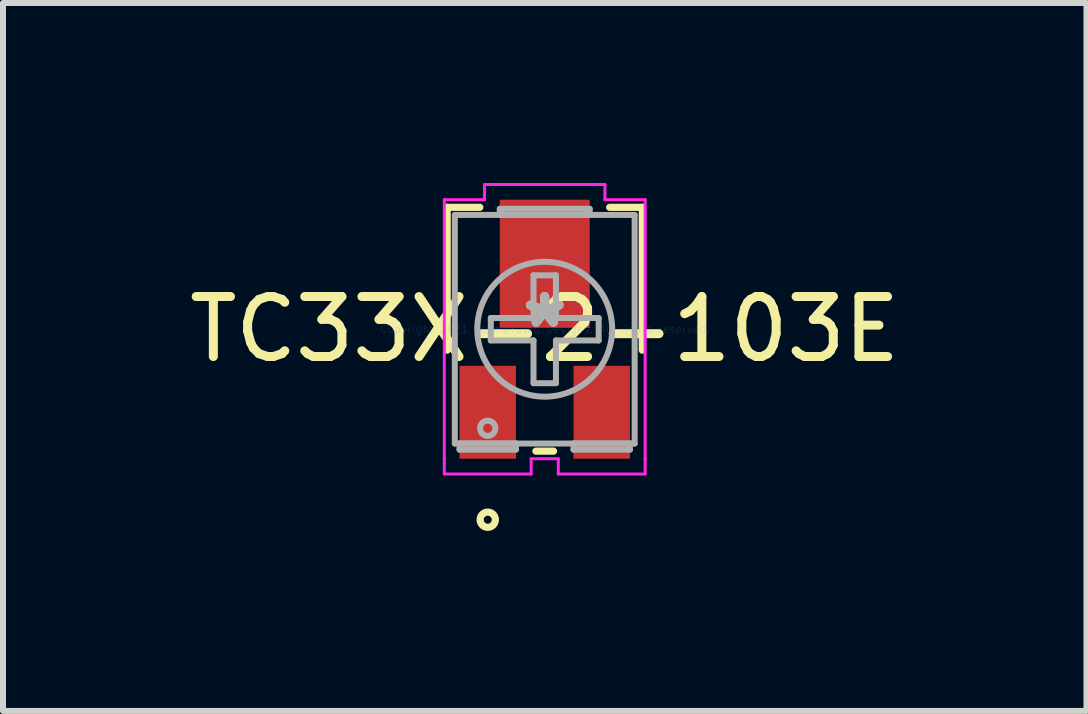
<source format=kicad_pcb>
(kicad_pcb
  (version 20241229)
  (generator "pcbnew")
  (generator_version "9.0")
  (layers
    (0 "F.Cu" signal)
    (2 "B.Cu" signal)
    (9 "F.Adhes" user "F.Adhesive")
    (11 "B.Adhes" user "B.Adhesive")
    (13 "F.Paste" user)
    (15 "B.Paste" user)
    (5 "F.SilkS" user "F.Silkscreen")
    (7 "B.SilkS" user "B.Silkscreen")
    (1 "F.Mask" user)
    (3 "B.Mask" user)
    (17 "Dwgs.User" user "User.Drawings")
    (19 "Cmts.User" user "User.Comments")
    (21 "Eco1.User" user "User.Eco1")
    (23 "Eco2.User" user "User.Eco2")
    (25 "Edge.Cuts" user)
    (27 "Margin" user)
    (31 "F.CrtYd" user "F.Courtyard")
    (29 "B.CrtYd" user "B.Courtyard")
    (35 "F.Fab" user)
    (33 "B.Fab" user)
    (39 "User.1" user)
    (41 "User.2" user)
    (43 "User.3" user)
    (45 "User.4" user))
  (footprint "TC33X-2-103E"
    (layer "F.Cu")
    (at 6.03 2.438)
    (property "Reference" "TC33X-2-103E" (at 0 0 0) (layer "F.SilkS") (effects (font (size 1 1) (thickness 0.15))))
    (attr through_hole)
    (fp_line (start -1.626 -2.032) (end -1.626 0.348) (stroke (width 0.12) (type solid)) (layer "F.SilkS"))
    (fp_line (start -1.082 -2.032) (end -1.626 -2.032) (stroke (width 0.12) (type solid)) (layer "F.SilkS"))
    (fp_line (start -0.147 2.032) (end 0.147 2.032) (stroke (width 0.12) (type solid)) (layer "F.SilkS"))
    (fp_line (start 1.626 -2.032) (end 1.082 -2.032) (stroke (width 0.12) (type solid)) (layer "F.SilkS"))
    (fp_line (start 1.626 -2.032) (end 1.626 0.348) (stroke (width 0.12) (type solid)) (layer "F.SilkS"))
    (fp_circle (center -0.95 3.175) (end -0.823 3.175) (stroke (width 0.12) (type solid)) (fill no) (layer "F.SilkS"))
    (fp_line (start -1.674 -2.159) (end -1.003 -2.159) (stroke (width 0.05) (type solid)) (layer "F.CrtYd"))
    (fp_line (start -1.674 2.159) (end -1.674 -2.159) (stroke (width 0.05) (type solid)) (layer "F.CrtYd"))
    (fp_line (start -1.674 2.159) (end -1.674 2.159) (stroke (width 0.05) (type solid)) (layer "F.CrtYd"))
    (fp_line (start -1.674 2.413) (end -1.674 2.159) (stroke (width 0.05) (type solid)) (layer "F.CrtYd"))
    (fp_line (start -1.003 -2.413) (end 1.003 -2.413) (stroke (width 0.05) (type solid)) (layer "F.CrtYd"))
    (fp_line (start -1.003 -2.159) (end -1.003 -2.413) (stroke (width 0.05) (type solid)) (layer "F.CrtYd"))
    (fp_line (start -0.226 2.159) (end -0.226 2.413) (stroke (width 0.05) (type solid)) (layer "F.CrtYd"))
    (fp_line (start -0.226 2.413) (end -1.674 2.413) (stroke (width 0.05) (type solid)) (layer "F.CrtYd"))
    (fp_line (start 0.226 2.159) (end -0.226 2.159) (stroke (width 0.05) (type solid)) (layer "F.CrtYd"))
    (fp_line (start 0.226 2.413) (end 0.226 2.159) (stroke (width 0.05) (type solid)) (layer "F.CrtYd"))
    (fp_line (start 1.003 -2.413) (end 1.003 -2.159) (stroke (width 0.05) (type solid)) (layer "F.CrtYd"))
    (fp_line (start 1.003 -2.159) (end 1.674 -2.159) (stroke (width 0.05) (type solid)) (layer "F.CrtYd"))
    (fp_line (start 1.674 -2.159) (end 1.674 2.159) (stroke (width 0.05) (type solid)) (layer "F.CrtYd"))
    (fp_line (start 1.674 2.159) (end 1.674 2.159) (stroke (width 0.05) (type solid)) (layer "F.CrtYd"))
    (fp_line (start 1.674 2.159) (end 1.674 2.413) (stroke (width 0.05) (type solid)) (layer "F.CrtYd"))
    (fp_line (start 1.674 2.413) (end 0.226 2.413) (stroke (width 0.05) (type solid)) (layer "F.CrtYd"))
    (fp_line (start -1.499 -1.905) (end -1.499 1.905) (stroke (width 0.1) (type solid)) (layer "F.Fab"))
    (fp_line (start -1.499 1.905) (end 1.499 1.905) (stroke (width 0.1) (type solid)) (layer "F.Fab"))
    (fp_line (start -1.42 1.905) (end -1.42 2.007) (stroke (width 0.1) (type solid)) (layer "F.Fab"))
    (fp_line (start -1.42 2.007) (end -0.48 2.007) (stroke (width 0.1) (type solid)) (layer "F.Fab"))
    (fp_line (start -0.899 -0.187) (end -0.899 0.187) (stroke (width 0.1) (type solid)) (layer "F.Fab"))
    (fp_line (start -0.749 -2.007) (end -0.749 -1.905) (stroke (width 0.1) (type solid)) (layer "F.Fab"))
    (fp_line (start -0.749 -1.905) (end 0.749 -1.905) (stroke (width 0.1) (type solid)) (layer "F.Fab"))
    (fp_line (start -0.48 1.905) (end -1.42 1.905) (stroke (width 0.1) (type solid)) (layer "F.Fab"))
    (fp_line (start -0.48 2.007) (end -0.48 1.905) (stroke (width 0.1) (type solid)) (layer "F.Fab"))
    (fp_line (start -0.187 -0.899) (end -0.187 -0.187) (stroke (width 0.1) (type solid)) (layer "F.Fab"))
    (fp_line (start -0.187 -0.899) (end 0.187 -0.899) (stroke (width 0.1) (type solid)) (layer "F.Fab"))
    (fp_line (start -0.187 -0.187) (end -0.899 -0.187) (stroke (width 0.1) (type solid)) (layer "F.Fab"))
    (fp_line (start -0.187 0.187) (end -0.899 0.187) (stroke (width 0.1) (type solid)) (layer "F.Fab"))
    (fp_line (start -0.187 0.899) (end -0.187 0.187) (stroke (width 0.1) (type solid)) (layer "F.Fab"))
    (fp_line (start -0.187 0.899) (end 0.187 0.899) (stroke (width 0.1) (type solid)) (layer "F.Fab"))
    (fp_line (start 0.187 -0.899) (end 0.187 -0.187) (stroke (width 0.1) (type solid)) (layer "F.Fab"))
    (fp_line (start 0.187 -0.187) (end 0.899 -0.187) (stroke (width 0.1) (type solid)) (layer "F.Fab"))
    (fp_line (start 0.187 0.187) (end 0.899 0.187) (stroke (width 0.1) (type solid)) (layer "F.Fab"))
    (fp_line (start 0.187 0.899) (end 0.187 0.187) (stroke (width 0.1) (type solid)) (layer "F.Fab"))
    (fp_line (start 0.48 1.905) (end 0.48 2.007) (stroke (width 0.1) (type solid)) (layer "F.Fab"))
    (fp_line (start 0.48 2.007) (end 1.42 2.007) (stroke (width 0.1) (type solid)) (layer "F.Fab"))
    (fp_line (start 0.749 -2.007) (end -0.749 -2.007) (stroke (width 0.1) (type solid)) (layer "F.Fab"))
    (fp_line (start 0.749 -1.905) (end 0.749 -2.007) (stroke (width 0.1) (type solid)) (layer "F.Fab"))
    (fp_line (start 0.899 -0.187) (end 0.899 0.187) (stroke (width 0.1) (type solid)) (layer "F.Fab"))
    (fp_line (start 1.42 1.905) (end 0.48 1.905) (stroke (width 0.1) (type solid)) (layer "F.Fab"))
    (fp_line (start 1.42 2.007) (end 1.42 1.905) (stroke (width 0.1) (type solid)) (layer "F.Fab"))
    (fp_line (start 1.499 -1.905) (end -1.499 -1.905) (stroke (width 0.1) (type solid)) (layer "F.Fab"))
    (fp_line (start 1.499 -1.905) (end 1.499 1.905) (stroke (width 0.1) (type solid)) (layer "F.Fab"))
    (fp_circle (center -0.95 1.651) (end -0.823 1.651) (stroke (width 0.1) (type solid)) (fill no) (layer "F.Fab"))
    (fp_circle (center 0 0) (end 1.124 0) (stroke (width 0.1) (type solid)) (fill no) (layer "F.Fab"))
    (fp_text user "*" (at 0 0 0) (layer "F.SilkS") (effects (font (size 1 1) (thickness 0.15))))
    (fp_text user "Copyright 2021 Accelerated Designs. All rights reserved." (at 0 0 0) (layer "Cmts.User") (effects (font (size 0.127 0.127) (thickness 0.002))))
    (fp_text user "*" (at 0 0 0) (layer "F.Fab") (effects (font (size 1 1) (thickness 0.15))))
    (pad "1" smd rect (at -0.95 1.384) (size 0.94 1.549) (layers "F.Cu" "F.Mask" "F.Paste"))
    (pad "2" smd rect (at 0 -1.092) (size 1.499 2.134) (layers "F.Cu" "F.Mask" "F.Paste"))
    (pad "3" smd rect (at 0.95 1.384) (size 0.94 1.549) (layers "F.Cu" "F.Mask" "F.Paste")))
  (gr_rect
    (start -3 -3)
    (end 15.06 8.8)
    (stroke (width 0.1) (type default))
    (fill no)
    (layer "Edge.Cuts")))
</source>
